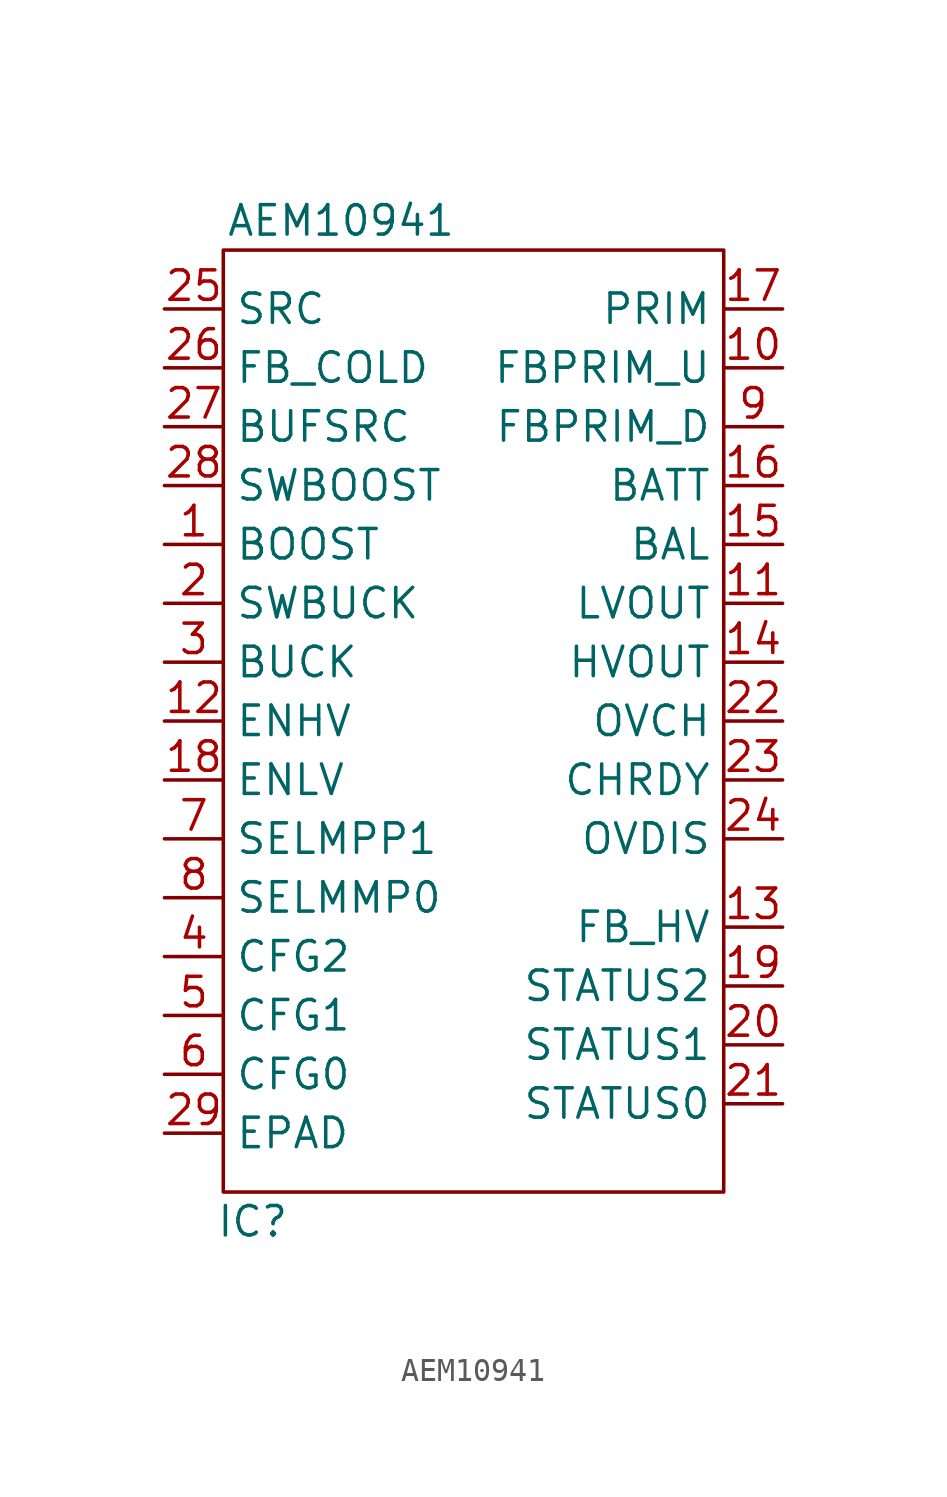
<source format=kicad_sym>
(kicad_symbol_lib
  (version 20211014)
  (generator kicad_symbol_editor)
  (symbol "AEM10941"
    (property "Reference" "IC"
      (at 1.27 -27.94 0)
      (effects (font (size 1.27 1.27))))
    (property "Value" "AEM10941"
      (at 5.08 15.24 0)
      (effects (font (size 1.27 1.27))))
    (symbol "AEM10941_0_1"
      (rectangle (start 0 13.97) (end 21.59 -26.67) (stroke (width 0) (type default) (color 0 0 0 0)) (fill (type none))))
    (symbol "AEM10941_1_1"
      (pin power_in line (at -2.54 1.27 0) (length 2.54) (name "BOOST" (effects (font (size 1.27 1.27)))) (number "1" (effects (font (size 1.27 1.27)))))
      (pin input line (at 24.13 8.89 180) (length 2.54) (name "FBPRIM_U" (effects (font (size 1.27 1.27)))) (number "10" (effects (font (size 1.27 1.27)))))
      (pin input line (at 24.13 -1.27 180) (length 2.54) (name "LVOUT" (effects (font (size 1.27 1.27)))) (number "11" (effects (font (size 1.27 1.27)))))
      (pin input line (at -2.54 -6.35 0) (length 2.54) (name "ENHV" (effects (font (size 1.27 1.27)))) (number "12" (effects (font (size 1.27 1.27)))))
      (pin input line (at 24.13 -15.24 180) (length 2.54) (name "FB_HV" (effects (font (size 1.27 1.27)))) (number "13" (effects (font (size 1.27 1.27)))))
      (pin input line (at 24.13 -3.81 180) (length 2.54) (name "HVOUT" (effects (font (size 1.27 1.27)))) (number "14" (effects (font (size 1.27 1.27)))))
      (pin input line (at 24.13 1.27 180) (length 2.54) (name "BAL" (effects (font (size 1.27 1.27)))) (number "15" (effects (font (size 1.27 1.27)))))
      (pin input line (at 24.13 3.81 180) (length 2.54) (name "BATT" (effects (font (size 1.27 1.27)))) (number "16" (effects (font (size 1.27 1.27)))))
      (pin input line (at 24.13 11.43 180) (length 2.54) (name "PRIM" (effects (font (size 1.27 1.27)))) (number "17" (effects (font (size 1.27 1.27)))))
      (pin input line (at -2.54 -8.89 0) (length 2.54) (name "ENLV" (effects (font (size 1.27 1.27)))) (number "18" (effects (font (size 1.27 1.27)))))
      (pin input line (at 24.13 -17.78 180) (length 2.54) (name "STATUS2" (effects (font (size 1.27 1.27)))) (number "19" (effects (font (size 1.27 1.27)))))
      (pin input line (at -2.54 -1.27 0) (length 2.54) (name "SWBUCK" (effects (font (size 1.27 1.27)))) (number "2" (effects (font (size 1.27 1.27)))))
      (pin input line (at 24.13 -20.32 180) (length 2.54) (name "STATUS1" (effects (font (size 1.27 1.27)))) (number "20" (effects (font (size 1.27 1.27)))))
      (pin input line (at 24.13 -22.86 180) (length 2.54) (name "STATUS0" (effects (font (size 1.27 1.27)))) (number "21" (effects (font (size 1.27 1.27)))))
      (pin input line (at 24.13 -6.35 180) (length 2.54) (name "OVCH" (effects (font (size 1.27 1.27)))) (number "22" (effects (font (size 1.27 1.27)))))
      (pin input line (at 24.13 -8.89 180) (length 2.54) (name "CHRDY" (effects (font (size 1.27 1.27)))) (number "23" (effects (font (size 1.27 1.27)))))
      (pin input line (at 24.13 -11.43 180) (length 2.54) (name "OVDIS" (effects (font (size 1.27 1.27)))) (number "24" (effects (font (size 1.27 1.27)))))
      (pin input line (at -2.54 11.43 0) (length 2.54) (name "SRC" (effects (font (size 1.27 1.27)))) (number "25" (effects (font (size 1.27 1.27)))))
      (pin input line (at -2.54 8.89 0) (length 2.54) (name "FB_COLD" (effects (font (size 1.27 1.27)))) (number "26" (effects (font (size 1.27 1.27)))))
      (pin input line (at -2.54 6.35 0) (length 2.54) (name "BUFSRC" (effects (font (size 1.27 1.27)))) (number "27" (effects (font (size 1.27 1.27)))))
      (pin input line (at -2.54 3.81 0) (length 2.54) (name "SWBOOST" (effects (font (size 1.27 1.27)))) (number "28" (effects (font (size 1.27 1.27)))))
      (pin input line (at -2.54 -24.13 0) (length 2.54) (name "EPAD" (effects (font (size 1.27 1.27)))) (number "29" (effects (font (size 1.27 1.27)))))
      (pin input line (at -2.54 -3.81 0) (length 2.54) (name "BUCK" (effects (font (size 1.27 1.27)))) (number "3" (effects (font (size 1.27 1.27)))))
      (pin input line (at -2.54 -16.51 0) (length 2.54) (name "CFG2" (effects (font (size 1.27 1.27)))) (number "4" (effects (font (size 1.27 1.27)))))
      (pin input line (at -2.54 -19.05 0) (length 2.54) (name "CFG1" (effects (font (size 1.27 1.27)))) (number "5" (effects (font (size 1.27 1.27)))))
      (pin input line (at -2.54 -21.59 0) (length 2.54) (name "CFG0" (effects (font (size 1.27 1.27)))) (number "6" (effects (font (size 1.27 1.27)))))
      (pin input line (at -2.54 -11.43 0) (length 2.54) (name "SELMPP1" (effects (font (size 1.27 1.27)))) (number "7" (effects (font (size 1.27 1.27)))))
      (pin input line (at -2.54 -13.97 0) (length 2.54) (name "SELMMP0" (effects (font (size 1.27 1.27)))) (number "8" (effects (font (size 1.27 1.27)))))
      (pin input line (at 24.13 6.35 180) (length 2.54) (name "FBPRIM_D" (effects (font (size 1.27 1.27)))) (number "9" (effects (font (size 1.27 1.27))))))))
</source>
